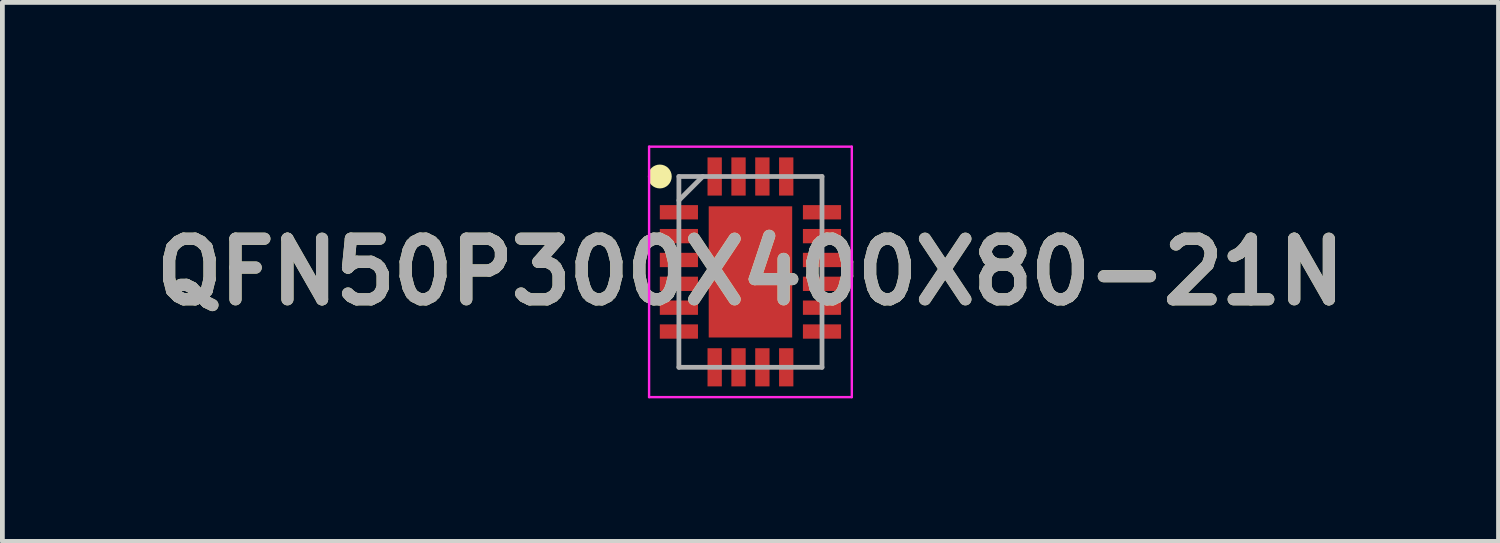
<source format=kicad_pcb>
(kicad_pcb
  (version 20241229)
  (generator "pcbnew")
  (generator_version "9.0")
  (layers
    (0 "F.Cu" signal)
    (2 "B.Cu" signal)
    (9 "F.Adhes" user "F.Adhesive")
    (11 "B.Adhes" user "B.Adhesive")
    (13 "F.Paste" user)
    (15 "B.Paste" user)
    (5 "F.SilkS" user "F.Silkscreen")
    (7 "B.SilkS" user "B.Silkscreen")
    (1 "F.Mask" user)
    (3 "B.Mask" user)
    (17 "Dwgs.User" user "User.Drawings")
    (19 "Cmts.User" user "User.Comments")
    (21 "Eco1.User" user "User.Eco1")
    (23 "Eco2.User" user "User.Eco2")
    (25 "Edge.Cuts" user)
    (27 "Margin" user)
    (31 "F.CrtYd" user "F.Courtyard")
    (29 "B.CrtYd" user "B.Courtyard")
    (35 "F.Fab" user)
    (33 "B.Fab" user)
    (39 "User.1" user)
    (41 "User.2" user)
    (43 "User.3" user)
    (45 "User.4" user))
  (footprint "QFN50P300X400X80-21N"
    (layer "F.Cu")
    (at 12.682 2.65)
    (property "Reference" "QFN50P300X400X80-21N" (at 0 0 0) (layer "F.SilkS") (effects (font (size 1.27 1.27) (thickness 0.254))))
    (attr smd)
    (fp_circle (center -1.9 -2) (end -1.9 -1.875) (stroke (width 0.25) (type solid)) (fill no) (layer "F.SilkS"))
    (fp_line (start -2.125 -2.625) (end 2.125 -2.625) (stroke (width 0.05) (type solid)) (layer "F.CrtYd"))
    (fp_line (start -2.125 2.625) (end -2.125 -2.625) (stroke (width 0.05) (type solid)) (layer "F.CrtYd"))
    (fp_line (start 2.125 -2.625) (end 2.125 2.625) (stroke (width 0.05) (type solid)) (layer "F.CrtYd"))
    (fp_line (start 2.125 2.625) (end -2.125 2.625) (stroke (width 0.05) (type solid)) (layer "F.CrtYd"))
    (fp_line (start -1.5 -2) (end 1.5 -2) (stroke (width 0.1) (type solid)) (layer "F.Fab"))
    (fp_line (start -1.5 -1.5) (end -1 -2) (stroke (width 0.1) (type solid)) (layer "F.Fab"))
    (fp_line (start -1.5 2) (end -1.5 -2) (stroke (width 0.1) (type solid)) (layer "F.Fab"))
    (fp_line (start 1.5 -2) (end 1.5 2) (stroke (width 0.1) (type solid)) (layer "F.Fab"))
    (fp_line (start 1.5 2) (end -1.5 2) (stroke (width 0.1) (type solid)) (layer "F.Fab"))
    (fp_text user "${REFERENCE}" (at 0 0 0) (layer "F.Fab") (effects (font (size 1.27 1.27) (thickness 0.254))))
    (pad "1" smd rect (at -1.5 -1.25 90) (size 0.3 0.8) (layers "F.Cu" "F.Mask" "F.Paste"))
    (pad "2" smd rect (at -1.5 -0.75 90) (size 0.3 0.8) (layers "F.Cu" "F.Mask" "F.Paste"))
    (pad "3" smd rect (at -1.5 -0.25 90) (size 0.3 0.8) (layers "F.Cu" "F.Mask" "F.Paste"))
    (pad "4" smd rect (at -1.5 0.25 90) (size 0.3 0.8) (layers "F.Cu" "F.Mask" "F.Paste"))
    (pad "5" smd rect (at -1.5 0.75 90) (size 0.3 0.8) (layers "F.Cu" "F.Mask" "F.Paste"))
    (pad "6" smd rect (at -1.5 1.25 90) (size 0.3 0.8) (layers "F.Cu" "F.Mask" "F.Paste"))
    (pad "7" smd rect (at -0.75 2) (size 0.3 0.8) (layers "F.Cu" "F.Mask" "F.Paste"))
    (pad "8" smd rect (at -0.25 2) (size 0.3 0.8) (layers "F.Cu" "F.Mask" "F.Paste"))
    (pad "9" smd rect (at 0.25 2) (size 0.3 0.8) (layers "F.Cu" "F.Mask" "F.Paste"))
    (pad "10" smd rect (at 0.75 2) (size 0.3 0.8) (layers "F.Cu" "F.Mask" "F.Paste"))
    (pad "11" smd rect (at 1.5 1.25 90) (size 0.3 0.8) (layers "F.Cu" "F.Mask" "F.Paste"))
    (pad "12" smd rect (at 1.5 0.75 90) (size 0.3 0.8) (layers "F.Cu" "F.Mask" "F.Paste"))
    (pad "13" smd rect (at 1.5 0.25 90) (size 0.3 0.8) (layers "F.Cu" "F.Mask" "F.Paste"))
    (pad "14" smd rect (at 1.5 -0.25 90) (size 0.3 0.8) (layers "F.Cu" "F.Mask" "F.Paste"))
    (pad "15" smd rect (at 1.5 -0.75 90) (size 0.3 0.8) (layers "F.Cu" "F.Mask" "F.Paste"))
    (pad "16" smd rect (at 1.5 -1.25 90) (size 0.3 0.8) (layers "F.Cu" "F.Mask" "F.Paste"))
    (pad "17" smd rect (at 0.75 -2) (size 0.3 0.8) (layers "F.Cu" "F.Mask" "F.Paste"))
    (pad "18" smd rect (at 0.25 -2) (size 0.3 0.8) (layers "F.Cu" "F.Mask" "F.Paste"))
    (pad "19" smd rect (at -0.25 -2) (size 0.3 0.8) (layers "F.Cu" "F.Mask" "F.Paste"))
    (pad "20" smd rect (at -0.75 -2) (size 0.3 0.8) (layers "F.Cu" "F.Mask" "F.Paste"))
    (pad "21" smd rect (at 0 0) (size 1.75 2.75) (layers "F.Cu" "F.Mask" "F.Paste")))
  (gr_rect
    (start -3 -3)
    (end 28.364 8.3)
    (stroke (width 0.1) (type default))
    (fill no)
    (layer "Edge.Cuts")))
</source>
